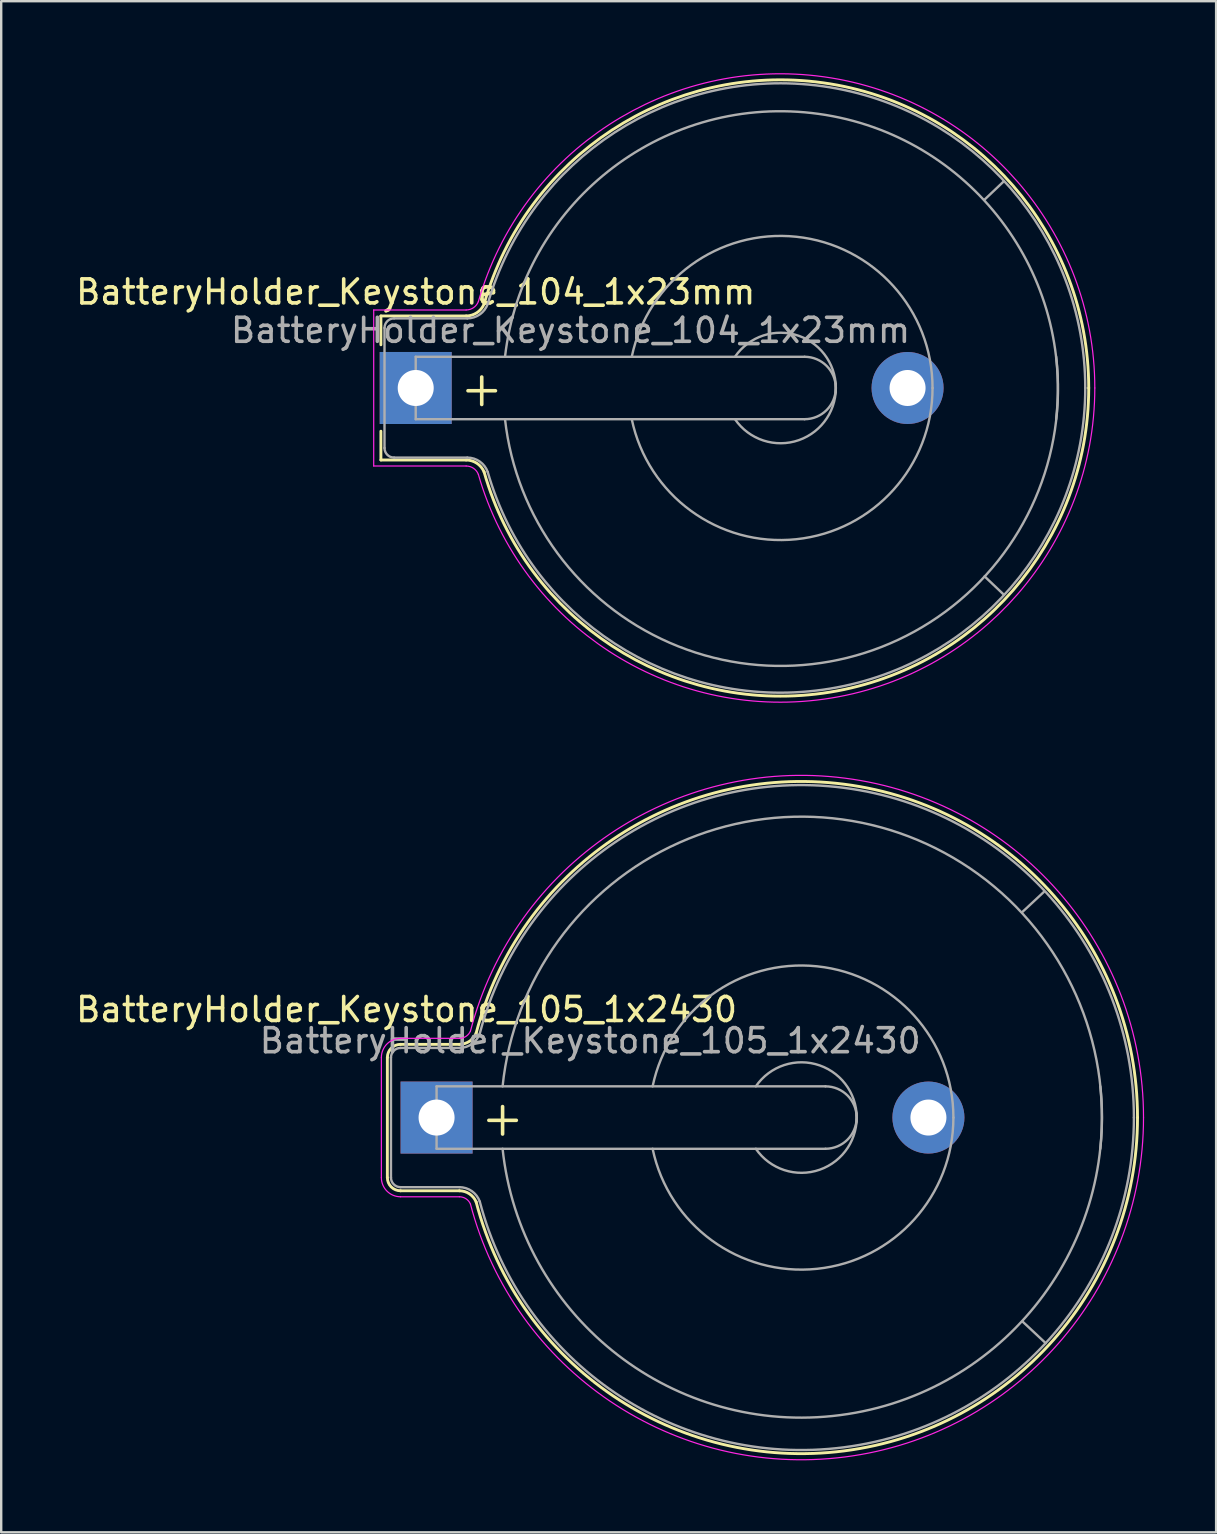
<source format=kicad_pcb>
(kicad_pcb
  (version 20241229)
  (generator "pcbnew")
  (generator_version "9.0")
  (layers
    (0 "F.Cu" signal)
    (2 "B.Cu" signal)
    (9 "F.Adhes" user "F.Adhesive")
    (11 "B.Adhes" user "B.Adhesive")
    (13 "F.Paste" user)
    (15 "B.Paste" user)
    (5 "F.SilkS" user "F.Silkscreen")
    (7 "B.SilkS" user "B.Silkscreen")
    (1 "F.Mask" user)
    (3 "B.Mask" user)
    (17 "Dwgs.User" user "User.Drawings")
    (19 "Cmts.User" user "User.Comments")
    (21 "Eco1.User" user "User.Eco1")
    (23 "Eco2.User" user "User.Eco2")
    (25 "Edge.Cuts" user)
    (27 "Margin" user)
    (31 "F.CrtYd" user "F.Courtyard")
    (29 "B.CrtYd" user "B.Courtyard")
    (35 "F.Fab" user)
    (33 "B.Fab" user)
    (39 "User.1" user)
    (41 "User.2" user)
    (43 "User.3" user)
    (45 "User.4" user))
  (footprint "BatteryHolder_Keystone_105_1x2430"
    (layer "F.Cu")
    (at 15.137 43.506)
    (property "Reference" "BatteryHolder_Keystone_105_1x2430" (at -1.25 -4.5 0) (layer "F.SilkS") (effects (font (size 1 1) (thickness 0.15))))
    (attr through_hole)
    (fp_line (start -2.05 -2.5) (end -2.05 2.5) (stroke (width 0.12) (type solid)) (layer "F.SilkS"))
    (fp_line (start -1.5 3.05) (end 0.95 3.05) (stroke (width 0.12) (type solid)) (layer "F.SilkS"))
    (fp_line (start 0.95 -3.05) (end -1.5 -3.05) (stroke (width 0.12) (type solid)) (layer "F.SilkS"))
    (fp_arc (start -2.05 -2.5) (mid -1.888909 -2.888909) (end -1.5 -3.05) (stroke (width 0.12) (type solid)) (layer "F.SilkS"))
    (fp_arc (start -1.5 3.05) (mid -1.888909 2.888909) (end -2.05 2.5) (stroke (width 0.12) (type solid)) (layer "F.SilkS"))
    (fp_arc (start 0.95 3.05) (mid 1.371574 3.1784) (end 1.65 3.52) (stroke (width 0.12) (type solid)) (layer "F.SilkS"))
    (fp_arc (start 1.65 -3.52) (mid 1.371575 -3.1784) (end 0.95 -3.05) (stroke (width 0.12) (type solid)) (layer "F.SilkS"))
    (fp_arc (start 1.65 -3.52) (mid 16.974433 -13.886953) (end 29.2 0) (stroke (width 0.12) (type solid)) (layer "F.SilkS"))
    (fp_arc (start 29.2 0) (mid 16.974433 13.886952) (end 1.65 3.52) (stroke (width 0.12) (type solid)) (layer "F.SilkS"))
    (fp_line (start -2.3 -2.5) (end -2.3 2.5) (stroke (width 0.05) (type solid)) (layer "F.CrtYd"))
    (fp_line (start -1.5 3.3) (end 0.95 3.3) (stroke (width 0.05) (type solid)) (layer "F.CrtYd"))
    (fp_line (start 0.95 -3.3) (end -1.5 -3.3) (stroke (width 0.05) (type solid)) (layer "F.CrtYd"))
    (fp_arc (start -2.3 -2.5) (mid -2.065685 -3.065685) (end -1.5 -3.3) (stroke (width 0.05) (type solid)) (layer "F.CrtYd"))
    (fp_arc (start -1.5 3.3) (mid -2.065685 3.065685) (end -2.3 2.5) (stroke (width 0.05) (type solid)) (layer "F.CrtYd"))
    (fp_arc (start 0.95 3.3) (mid 1.22459 3.381628) (end 1.41 3.6) (stroke (width 0.05) (type solid)) (layer "F.CrtYd"))
    (fp_arc (start 1.41 -3.6) (mid 1.224591 -3.381627) (end 0.95 -3.3) (stroke (width 0.05) (type solid)) (layer "F.CrtYd"))
    (fp_arc (start 1.41 -3.6) (mid 17.014123 -14.138563) (end 29.45 0) (stroke (width 0.05) (type solid)) (layer "F.CrtYd"))
    (fp_arc (start 29.45 0) (mid 17.014124 14.138563) (end 1.41 3.6) (stroke (width 0.05) (type solid)) (layer "F.CrtYd"))
    (fp_line (start -1.9 -2.5) (end -1.9 2.5) (stroke (width 0.1) (type solid)) (layer "F.Fab"))
    (fp_line (start -1.5 2.9) (end 0.95 2.9) (stroke (width 0.1) (type solid)) (layer "F.Fab"))
    (fp_line (start 0 -1.3) (end 0 1.3) (stroke (width 0.1) (type solid)) (layer "F.Fab"))
    (fp_line (start 0 1.3) (end 16.2 1.3) (stroke (width 0.1) (type solid)) (layer "F.Fab"))
    (fp_line (start 0.95 -2.9) (end -1.5 -2.9) (stroke (width 0.1) (type solid)) (layer "F.Fab"))
    (fp_line (start 16.2 -1.3) (end 0 -1.3) (stroke (width 0.1) (type solid)) (layer "F.Fab"))
    (fp_line (start 24.384 -8.547) (end 25.299 -9.399) (stroke (width 0.1) (type solid)) (layer "F.Fab"))
    (fp_line (start 24.409 8.496) (end 25.375 9.398) (stroke (width 0.1) (type solid)) (layer "F.Fab"))
    (fp_arc (start -1.9 -2.5) (mid -1.782843 -2.782843) (end -1.5 -2.9) (stroke (width 0.1) (type solid)) (layer "F.Fab"))
    (fp_arc (start -1.5 2.9) (mid -1.782843 2.782843) (end -1.9 2.5) (stroke (width 0.1) (type solid)) (layer "F.Fab"))
    (fp_arc (start 0.95 2.9) (mid 1.470216 3.06511) (end 1.8 3.5) (stroke (width 0.1) (type solid)) (layer "F.Fab"))
    (fp_arc (start 1.8 -3.5) (mid 1.470217 -3.06511) (end 0.95 -2.9) (stroke (width 0.1) (type solid)) (layer "F.Fab"))
    (fp_arc (start 1.8 -3.5) (mid 16.964356 -13.736686) (end 29.049508 0) (stroke (width 0.1) (type solid)) (layer "F.Fab"))
    (fp_arc (start 2.75 -1.3) (mid 16.5 -12.45) (end 27.65 1.3) (stroke (width 0.1) (type solid)) (layer "F.Fab"))
    (fp_arc (start 9 -1.3) (mid 15.851289 -6.300938) (end 21.53 0) (stroke (width 0.1) (type solid)) (layer "F.Fab"))
    (fp_arc (start 13.3 -1.3) (mid 15.963947 -2.171724) (end 17.495448 0.175833) (stroke (width 0.1) (type solid)) (layer "F.Fab"))
    (fp_arc (start 16.2 -1.3) (mid 17.5 0) (end 16.2 1.3) (stroke (width 0.1) (type solid)) (layer "F.Fab"))
    (fp_arc (start 17.495448 -0.175833) (mid 15.963947 2.171724) (end 13.3 1.3) (stroke (width 0.1) (type solid)) (layer "F.Fab"))
    (fp_arc (start 21.53 0) (mid 15.851292 6.300937) (end 9 1.3) (stroke (width 0.1) (type solid)) (layer "F.Fab"))
    (fp_arc (start 27.65 -1.3) (mid 16.5 12.45) (end 2.75 1.3) (stroke (width 0.1) (type solid)) (layer "F.Fab"))
    (fp_arc (start 29.049508 0) (mid 16.964356 13.736685) (end 1.8 3.5) (stroke (width 0.1) (type solid)) (layer "F.Fab"))
    (fp_text user "+" (at 2.75 0 0) (layer "F.SilkS") (effects (font (size 1.5 1.5) (thickness 0.15))))
    (fp_text user "${REFERENCE}" (at 6.4 -3.2 0) (layer "F.Fab") (effects (font (size 1 1) (thickness 0.15))))
    (pad "1" thru_hole rect (at 0 0) (size 3 3) (drill 1.5) (layers "*.Cu" "*.Mask"))
    (pad "2" thru_hole circle (at 20.49 0) (size 3 3) (drill 1.5) (layers "*.Cu" "*.Mask")))
  (footprint "BatteryHolder_Keystone_104_1x23mm"
    (layer "F.Cu")
    (at 14.268 13.113)
    (property "Reference" "BatteryHolder_Keystone_104_1x23mm" (at 0 -4 0) (layer "F.SilkS") (effects (font (size 1 1) (thickness 0.15))))
    (attr through_hole)
    (fp_line (start -1.45 -3) (end 2.1 -3) (stroke (width 0.12) (type solid)) (layer "F.SilkS"))
    (fp_line (start -1.45 -1.8) (end -1.45 -3) (stroke (width 0.12) (type solid)) (layer "F.SilkS"))
    (fp_line (start -1.45 1.8) (end -1.45 3) (stroke (width 0.12) (type solid)) (layer "F.SilkS"))
    (fp_line (start -1.45 3) (end 2.1 3) (stroke (width 0.12) (type solid)) (layer "F.SilkS"))
    (fp_arc (start 2.1 3) (mid 2.550694 3.136459) (end 2.85 3.5) (stroke (width 0.12) (type solid)) (layer "F.SilkS"))
    (fp_arc (start 2.85 -3.5) (mid 2.550694 -3.136459) (end 2.1 -3) (stroke (width 0.12) (type solid)) (layer "F.SilkS"))
    (fp_arc (start 2.85 -3.5) (mid 16.966716 -12.714122) (end 28.03617 0) (stroke (width 0.12) (type solid)) (layer "F.SilkS"))
    (fp_arc (start 28.03617 0) (mid 16.966716 12.714122) (end 2.85 3.5) (stroke (width 0.12) (type solid)) (layer "F.SilkS"))
    (fp_line (start -1.75 -3.25) (end 2.1 -3.25) (stroke (width 0.05) (type solid)) (layer "F.CrtYd"))
    (fp_line (start -1.75 3.25) (end -1.75 -3.25) (stroke (width 0.05) (type solid)) (layer "F.CrtYd"))
    (fp_line (start -1.75 3.25) (end 2.1 3.25) (stroke (width 0.05) (type solid)) (layer "F.CrtYd"))
    (fp_arc (start 2.1 3.25) (mid 2.409273 3.345916) (end 2.61 3.6) (stroke (width 0.05) (type solid)) (layer "F.CrtYd"))
    (fp_arc (start 2.61 -3.6) (mid 2.409273 -3.345916) (end 2.1 -3.25) (stroke (width 0.05) (type solid)) (layer "F.CrtYd"))
    (fp_arc (start 2.61 -3.6) (mid 17.014716 -12.961641) (end 28.29 0) (stroke (width 0.05) (type solid)) (layer "F.CrtYd"))
    (fp_arc (start 28.29 0) (mid 17.014716 12.961641) (end 2.61 3.6) (stroke (width 0.05) (type solid)) (layer "F.CrtYd"))
    (fp_line (start -1.3 -2.5) (end -1.3 2.5) (stroke (width 0.1) (type solid)) (layer "F.Fab"))
    (fp_line (start -0.9 2.9) (end 2.15 2.9) (stroke (width 0.1) (type solid)) (layer "F.Fab"))
    (fp_line (start 0 -1.3) (end 0 1.3) (stroke (width 0.1) (type solid)) (layer "F.Fab"))
    (fp_line (start 0 1.3) (end 16.2 1.3) (stroke (width 0.1) (type solid)) (layer "F.Fab"))
    (fp_line (start 2.15 -2.9) (end -0.9 -2.9) (stroke (width 0.1) (type solid)) (layer "F.Fab"))
    (fp_line (start 16.2 -1.3) (end 0 -1.3) (stroke (width 0.1) (type solid)) (layer "F.Fab"))
    (fp_line (start 23.7 -7.85) (end 24.5 -8.61) (stroke (width 0.1) (type solid)) (layer "F.Fab"))
    (fp_line (start 23.7 7.85) (end 24.5 8.61) (stroke (width 0.1) (type solid)) (layer "F.Fab"))
    (fp_arc (start -1.3 -2.5) (mid -1.182843 -2.782843) (end -0.9 -2.9) (stroke (width 0.1) (type solid)) (layer "F.Fab"))
    (fp_arc (start -0.9 2.9) (mid -1.182843 2.782843) (end -1.3 2.5) (stroke (width 0.1) (type solid)) (layer "F.Fab"))
    (fp_arc (start 2.15 2.9) (mid 2.670216 3.06511) (end 3 3.5) (stroke (width 0.1) (type solid)) (layer "F.Fab"))
    (fp_arc (start 3 -3.5) (mid 2.670217 -3.06511) (end 2.15 -2.9) (stroke (width 0.1) (type solid)) (layer "F.Fab"))
    (fp_arc (start 3 -3.5) (mid 16.968026 -12.568376) (end 27.892123 0.00164) (stroke (width 0.1) (type solid)) (layer "F.Fab"))
    (fp_arc (start 3.72 -1.3) (mid 16.5 -11.48) (end 26.68 1.3) (stroke (width 0.1) (type solid)) (layer "F.Fab"))
    (fp_arc (start 9 -1.3) (mid 15.851289 -6.300938) (end 21.53 0) (stroke (width 0.1) (type solid)) (layer "F.Fab"))
    (fp_arc (start 13.3 -1.3) (mid 15.963947 -2.171724) (end 17.495448 0.175833) (stroke (width 0.1) (type solid)) (layer "F.Fab"))
    (fp_arc (start 16.2 -1.3) (mid 17.5 0) (end 16.2 1.3) (stroke (width 0.1) (type solid)) (layer "F.Fab"))
    (fp_arc (start 17.495448 -0.175833) (mid 15.963947 2.171724) (end 13.3 1.3) (stroke (width 0.1) (type solid)) (layer "F.Fab"))
    (fp_arc (start 21.53 0) (mid 15.851292 6.300937) (end 9 1.3) (stroke (width 0.1) (type solid)) (layer "F.Fab"))
    (fp_arc (start 26.68 -1.3) (mid 16.5 11.48) (end 3.72 1.3) (stroke (width 0.1) (type solid)) (layer "F.Fab"))
    (fp_arc (start 27.892123 -0.00164) (mid 16.968026 12.568376) (end 3 3.5) (stroke (width 0.1) (type solid)) (layer "F.Fab"))
    (fp_text user "+" (at 2.75 0 0) (layer "F.SilkS") (effects (font (size 1.5 1.5) (thickness 0.15))))
    (fp_text user "${REFERENCE}" (at 6.45 -2.4 0) (layer "F.Fab") (effects (font (size 1 1) (thickness 0.15))))
    (pad "1" thru_hole rect (at 0 0) (size 3 3) (drill 1.5) (layers "*.Cu" "*.Mask"))
    (pad "2" thru_hole circle (at 20.49 0) (size 3 3) (drill 1.5) (layers "*.Cu" "*.Mask")))
  (gr_rect
    (start -3 -3)
    (end 47.612 60.786)
    (stroke (width 0.1) (type default))
    (fill no)
    (layer "Edge.Cuts")))
</source>
